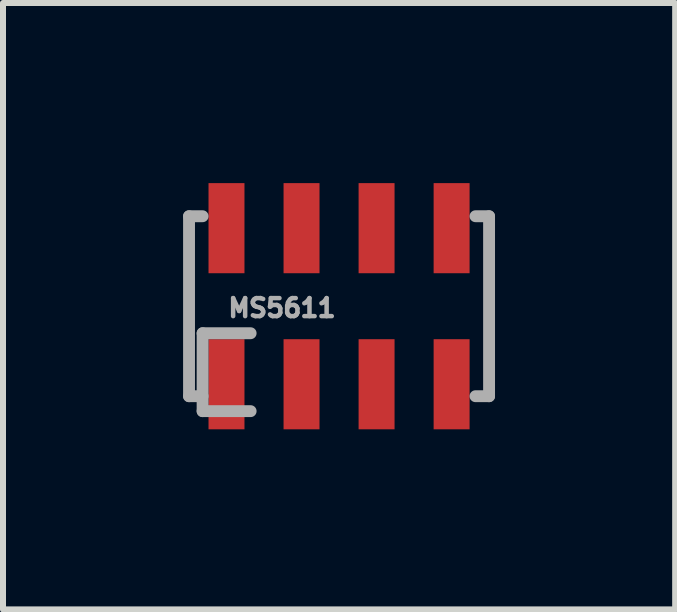
<source format=kicad_pcb>
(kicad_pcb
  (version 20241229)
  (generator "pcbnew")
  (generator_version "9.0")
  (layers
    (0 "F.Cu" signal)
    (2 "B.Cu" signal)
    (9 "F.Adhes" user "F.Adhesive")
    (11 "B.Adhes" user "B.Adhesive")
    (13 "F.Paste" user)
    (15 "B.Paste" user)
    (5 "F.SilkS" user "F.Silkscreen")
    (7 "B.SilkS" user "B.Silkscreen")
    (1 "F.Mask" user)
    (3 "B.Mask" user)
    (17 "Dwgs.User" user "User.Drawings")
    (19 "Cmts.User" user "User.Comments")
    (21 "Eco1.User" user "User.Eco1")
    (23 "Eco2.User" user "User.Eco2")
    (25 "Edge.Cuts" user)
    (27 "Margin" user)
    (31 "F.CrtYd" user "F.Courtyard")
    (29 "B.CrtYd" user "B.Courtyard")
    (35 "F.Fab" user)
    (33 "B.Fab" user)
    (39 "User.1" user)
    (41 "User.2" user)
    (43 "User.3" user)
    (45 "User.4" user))
  (footprint "MS5611"
    (layer "F.Cu")
    (at 2.598 2.051)
    (property "Reference" "MS5611" (at -0.95 0.03 0) (layer "F.Fab") (effects (font (size 0.3 0.3) (thickness 0.075))))
    (attr through_hole)
    (fp_line (start -2.499 -1.499) (end -2.499 1.499) (stroke (width 0.198) (type solid)) (layer "F.Fab"))
    (fp_line (start -2.499 -1.499) (end -2.273 -1.499) (stroke (width 0.198) (type solid)) (layer "F.Fab"))
    (fp_line (start -2.499 1.499) (end -2.273 1.499) (stroke (width 0.198) (type solid)) (layer "F.Fab"))
    (fp_line (start -2.273 0.45) (end -2.273 1.748) (stroke (width 0.198) (type solid)) (layer "F.Fab"))
    (fp_line (start -2.273 0.45) (end -1.473 0.45) (stroke (width 0.198) (type solid)) (layer "F.Fab"))
    (fp_line (start -2.273 1.748) (end -1.473 1.748) (stroke (width 0.198) (type solid)) (layer "F.Fab"))
    (fp_line (start 2.273 -1.499) (end 2.499 -1.499) (stroke (width 0.198) (type solid)) (layer "F.Fab"))
    (fp_line (start 2.273 1.499) (end 2.499 1.499) (stroke (width 0.198) (type solid)) (layer "F.Fab"))
    (fp_line (start 2.499 -1.499) (end 2.499 1.499) (stroke (width 0.198) (type solid)) (layer "F.Fab"))
    (pad "1" smd rect (at -1.875 1.3 180) (size 0.599 1.501) (layers "F.Cu" "F.Mask" "F.Paste"))
    (pad "2" smd rect (at -0.625 1.3 180) (size 0.599 1.501) (layers "F.Cu" "F.Mask" "F.Paste"))
    (pad "3" smd rect (at 0.625 1.3 180) (size 0.599 1.501) (layers "F.Cu" "F.Mask" "F.Paste"))
    (pad "4" smd rect (at 1.875 1.3 180) (size 0.599 1.501) (layers "F.Cu" "F.Mask" "F.Paste"))
    (pad "5" smd rect (at 1.875 -1.3) (size 0.599 1.501) (layers "F.Cu" "F.Mask" "F.Paste"))
    (pad "6" smd rect (at 0.625 -1.3) (size 0.599 1.501) (layers "F.Cu" "F.Mask" "F.Paste"))
    (pad "7" smd rect (at -0.625 -1.3) (size 0.599 1.501) (layers "F.Cu" "F.Mask" "F.Paste"))
    (pad "8" smd rect (at -1.875 -1.3) (size 0.599 1.501) (layers "F.Cu" "F.Mask" "F.Paste")))
  (gr_rect
    (start -3 -3)
    (end 8.197 7.102)
    (stroke (width 0.1) (type default))
    (fill no)
    (layer "Edge.Cuts")))
</source>
